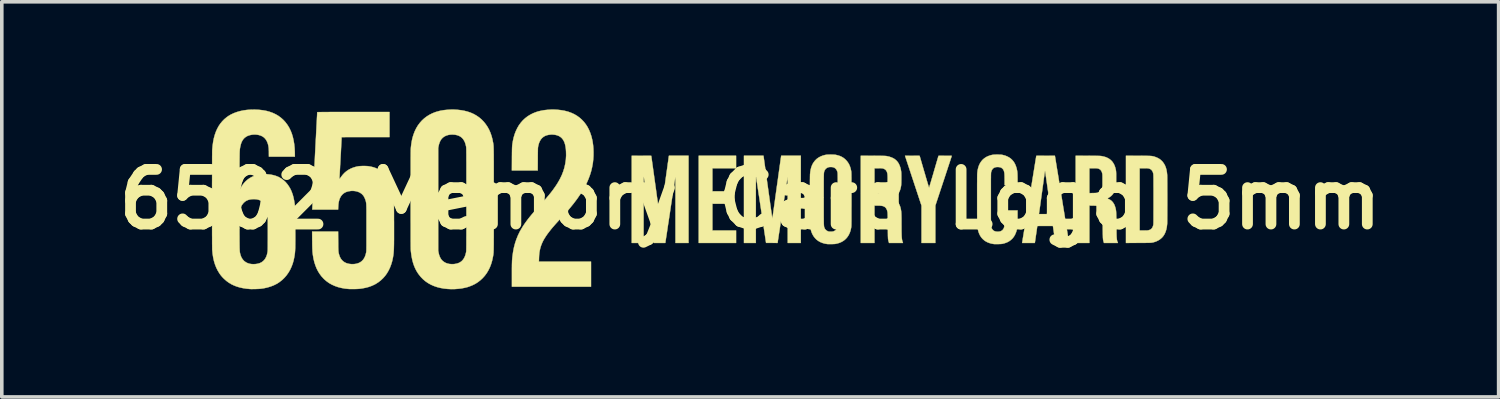
<source format=kicad_pcb>
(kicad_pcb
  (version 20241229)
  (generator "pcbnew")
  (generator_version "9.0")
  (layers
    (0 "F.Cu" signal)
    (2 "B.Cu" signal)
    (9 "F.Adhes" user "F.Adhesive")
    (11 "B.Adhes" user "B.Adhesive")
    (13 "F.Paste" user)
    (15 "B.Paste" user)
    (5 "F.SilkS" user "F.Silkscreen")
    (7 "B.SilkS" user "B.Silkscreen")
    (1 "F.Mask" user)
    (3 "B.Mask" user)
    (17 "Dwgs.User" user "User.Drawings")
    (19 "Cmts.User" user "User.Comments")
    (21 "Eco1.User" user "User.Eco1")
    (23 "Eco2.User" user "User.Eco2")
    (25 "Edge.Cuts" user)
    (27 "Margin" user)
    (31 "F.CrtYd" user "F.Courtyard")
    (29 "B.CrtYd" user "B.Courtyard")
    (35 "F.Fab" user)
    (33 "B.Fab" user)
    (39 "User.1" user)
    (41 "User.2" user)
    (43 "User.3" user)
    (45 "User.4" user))
  (footprint "6502 Memory Card Logo 5mm"
    (layer "F.Cu")
    (at 17.86 2.506)
    (property "Reference" "6502 Memory Card Logo 5mm" (at 0 0 0) (layer "F.SilkS") (effects (font (size 1.524 1.524) (thickness 0.3))))
    (attr through_hole)
    (fp_poly (pts (xy -0.394 -0.868) (xy -1.054 -0.868) (xy -1.054 -0.224) (xy -0.529 -0.224) (xy -0.529 0.123) (xy -1.054 0.123) (xy -1.054 0.868) (xy -0.394 0.868) (xy -0.394 1.215) (xy -1.435 1.215) (xy -1.435 -1.215) (xy -0.394 -1.215) (xy -0.394 -0.868)) (stroke (width 0.01) (type solid)) (fill yes) (layer "F.SilkS"))
    (fp_poly (pts (xy 4.722 -1.213) (xy 4.851 -0.769) (xy 4.869 -0.71) (xy 4.885 -0.653) (xy 4.901 -0.599) (xy 4.916 -0.548) (xy 4.93 -0.501) (xy 4.943 -0.458) (xy 4.954 -0.421) (xy 4.964 -0.389) (xy 4.972 -0.363) (xy 4.978 -0.343) (xy 4.983 -0.33) (xy 4.985 -0.325) (xy 4.985 -0.325) (xy 4.987 -0.329) (xy 4.99 -0.341) (xy 4.996 -0.36) (xy 5.004 -0.385) (xy 5.014 -0.416) (xy 5.025 -0.453) (xy 5.038 -0.495) (xy 5.051 -0.541) (xy 5.066 -0.591) (xy 5.082 -0.645) (xy 5.099 -0.702) (xy 5.116 -0.761) (xy 5.118 -0.769) (xy 5.248 -1.213) (xy 5.433 -1.214) (xy 5.471 -1.214) (xy 5.507 -1.214) (xy 5.54 -1.214) (xy 5.567 -1.214) (xy 5.59 -1.213) (xy 5.606 -1.213) (xy 5.616 -1.212) (xy 5.618 -1.212) (xy 5.616 -1.207) (xy 5.612 -1.195) (xy 5.606 -1.176) (xy 5.598 -1.15) (xy 5.587 -1.118) (xy 5.575 -1.08) (xy 5.56 -1.036) (xy 5.544 -0.987) (xy 5.526 -0.933) (xy 5.507 -0.875) (xy 5.487 -0.813) (xy 5.465 -0.748) (xy 5.443 -0.679) (xy 5.419 -0.608) (xy 5.395 -0.534) (xy 5.389 -0.517) (xy 5.16 0.175) (xy 5.16 1.215) (xy 4.775 1.215) (xy 4.775 0.695) (xy 4.775 0.176) (xy 4.545 -0.52) (xy 4.315 -1.215) (xy 4.722 -1.213)) (stroke (width 0.01) (type solid)) (fill yes) (layer "F.SilkS"))
    (fp_poly (pts (xy 1.41 1.215) (xy 1.046 1.215) (xy 1.045 0.293) (xy 1.045 0.196) (xy 1.045 0.103) (xy 1.045 0.015) (xy 1.045 -0.07) (xy 1.045 -0.149) (xy 1.045 -0.223) (xy 1.044 -0.292) (xy 1.044 -0.355) (xy 1.044 -0.412) (xy 1.044 -0.463) (xy 1.043 -0.507) (xy 1.043 -0.545) (xy 1.043 -0.575) (xy 1.042 -0.598) (xy 1.042 -0.613) (xy 1.041 -0.62) (xy 1.041 -0.62) (xy 1.04 -0.615) (xy 1.038 -0.602) (xy 1.035 -0.582) (xy 1.03 -0.554) (xy 1.025 -0.519) (xy 1.019 -0.478) (xy 1.011 -0.431) (xy 1.003 -0.379) (xy 0.994 -0.321) (xy 0.985 -0.258) (xy 0.975 -0.19) (xy 0.964 -0.119) (xy 0.952 -0.043) (xy 0.94 0.035) (xy 0.928 0.117) (xy 0.915 0.201) (xy 0.902 0.287) (xy 0.902 0.292) (xy 0.889 0.379) (xy 0.876 0.463) (xy 0.864 0.545) (xy 0.852 0.624) (xy 0.841 0.699) (xy 0.83 0.771) (xy 0.82 0.839) (xy 0.81 0.902) (xy 0.801 0.96) (xy 0.793 1.013) (xy 0.786 1.061) (xy 0.78 1.102) (xy 0.774 1.137) (xy 0.77 1.166) (xy 0.767 1.187) (xy 0.765 1.2) (xy 0.764 1.205) (xy 0.764 1.205) (xy 0.762 1.215) (xy 0.602 1.214) (xy 0.442 1.213) (xy 0.304 0.296) (xy 0.291 0.209) (xy 0.278 0.125) (xy 0.266 0.042) (xy 0.254 -0.037) (xy 0.242 -0.113) (xy 0.231 -0.185) (xy 0.221 -0.253) (xy 0.211 -0.317) (xy 0.203 -0.375) (xy 0.195 -0.429) (xy 0.187 -0.476) (xy 0.181 -0.518) (xy 0.176 -0.554) (xy 0.171 -0.582) (xy 0.168 -0.604) (xy 0.166 -0.617) (xy 0.165 -0.623) (xy 0.165 -0.624) (xy 0.162 -0.625) (xy 0.161 -0.624) (xy 0.16 -0.62) (xy 0.16 -0.607) (xy 0.159 -0.585) (xy 0.159 -0.556) (xy 0.159 -0.517) (xy 0.158 -0.471) (xy 0.158 -0.416) (xy 0.158 -0.353) (xy 0.157 -0.281) (xy 0.157 -0.202) (xy 0.157 -0.114) (xy 0.157 -0.018) (xy 0.157 0.086) (xy 0.157 0.199) (xy 0.157 0.297) (xy 0.157 1.215) (xy -0.174 1.215) (xy -0.174 -1.215) (xy 0.098 -1.215) (xy 0.37 -1.215) (xy 0.491 -0.349) (xy 0.503 -0.264) (xy 0.514 -0.182) (xy 0.526 -0.102) (xy 0.536 -0.025) (xy 0.547 0.048) (xy 0.556 0.118) (xy 0.566 0.183) (xy 0.574 0.244) (xy 0.582 0.3) (xy 0.589 0.351) (xy 0.596 0.396) (xy 0.601 0.434) (xy 0.606 0.466) (xy 0.61 0.492) (xy 0.613 0.51) (xy 0.614 0.52) (xy 0.615 0.522) (xy 0.618 0.525) (xy 0.619 0.525) (xy 0.62 0.52) (xy 0.622 0.508) (xy 0.625 0.488) (xy 0.629 0.461) (xy 0.633 0.427) (xy 0.639 0.387) (xy 0.646 0.34) (xy 0.653 0.288) (xy 0.661 0.231) (xy 0.67 0.169) (xy 0.679 0.103) (xy 0.689 0.032) (xy 0.699 -0.042) (xy 0.71 -0.12) (xy 0.721 -0.2) (xy 0.733 -0.283) (xy 0.74 -0.337) (xy 0.752 -0.421) (xy 0.764 -0.503) (xy 0.775 -0.583) (xy 0.785 -0.66) (xy 0.796 -0.733) (xy 0.805 -0.802) (xy 0.815 -0.868) (xy 0.823 -0.929) (xy 0.831 -0.984) (xy 0.838 -1.035) (xy 0.844 -1.08) (xy 0.85 -1.118) (xy 0.854 -1.15) (xy 0.858 -1.176) (xy 0.86 -1.193) (xy 0.862 -1.203) (xy 0.862 -1.205) (xy 0.865 -1.215) (xy 1.41 -1.215) (xy 1.41 1.215)) (stroke (width 0.01) (type solid)) (fill yes) (layer "F.SilkS"))
    (fp_poly (pts (xy 10.817 -1.214) (xy 10.882 -1.214) (xy 10.939 -1.213) (xy 10.989 -1.213) (xy 11.033 -1.213) (xy 11.07 -1.212) (xy 11.103 -1.211) (xy 11.13 -1.211) (xy 11.154 -1.209) (xy 11.174 -1.208) (xy 11.192 -1.206) (xy 11.207 -1.204) (xy 11.221 -1.201) (xy 11.235 -1.198) (xy 11.248 -1.195) (xy 11.261 -1.191) (xy 11.276 -1.186) (xy 11.286 -1.183) (xy 11.346 -1.159) (xy 11.4 -1.13) (xy 11.448 -1.094) (xy 11.49 -1.053) (xy 11.526 -1.005) (xy 11.557 -0.952) (xy 11.582 -0.892) (xy 11.601 -0.826) (xy 11.614 -0.754) (xy 11.62 -0.697) (xy 11.621 -0.685) (xy 11.622 -0.665) (xy 11.622 -0.637) (xy 11.623 -0.601) (xy 11.623 -0.558) (xy 11.623 -0.508) (xy 11.624 -0.451) (xy 11.624 -0.388) (xy 11.624 -0.319) (xy 11.624 -0.244) (xy 11.625 -0.164) (xy 11.625 -0.078) (xy 11.625 -0.000001) (xy 11.625 0.09) (xy 11.625 0.175) (xy 11.624 0.255) (xy 11.624 0.329) (xy 11.624 0.397) (xy 11.624 0.459) (xy 11.623 0.515) (xy 11.623 0.564) (xy 11.623 0.606) (xy 11.622 0.641) (xy 11.622 0.668) (xy 11.621 0.687) (xy 11.62 0.697) (xy 11.611 0.774) (xy 11.596 0.844) (xy 11.576 0.908) (xy 11.549 0.967) (xy 11.517 1.019) (xy 11.479 1.065) (xy 11.435 1.104) (xy 11.385 1.138) (xy 11.33 1.166) (xy 11.286 1.183) (xy 11.27 1.188) (xy 11.256 1.192) (xy 11.242 1.196) (xy 11.229 1.2) (xy 11.216 1.202) (xy 11.201 1.205) (xy 11.185 1.207) (xy 11.166 1.209) (xy 11.145 1.21) (xy 11.119 1.211) (xy 11.09 1.212) (xy 11.056 1.212) (xy 11.016 1.213) (xy 10.97 1.213) (xy 10.917 1.214) (xy 10.856 1.214) (xy 10.817 1.214) (xy 10.473 1.215) (xy 10.473 -0.868) (xy 10.854 -0.868) (xy 10.854 0.868) (xy 10.967 0.868) (xy 11.004 0.868) (xy 11.033 0.867) (xy 11.057 0.867) (xy 11.075 0.866) (xy 11.089 0.864) (xy 11.1 0.862) (xy 11.105 0.861) (xy 11.141 0.849) (xy 11.17 0.832) (xy 11.193 0.81) (xy 11.212 0.781) (xy 11.226 0.746) (xy 11.234 0.717) (xy 11.235 0.713) (xy 11.236 0.707) (xy 11.237 0.701) (xy 11.238 0.693) (xy 11.238 0.683) (xy 11.239 0.671) (xy 11.239 0.657) (xy 11.24 0.639) (xy 11.24 0.618) (xy 11.24 0.593) (xy 11.241 0.564) (xy 11.241 0.53) (xy 11.241 0.491) (xy 11.241 0.446) (xy 11.241 0.396) (xy 11.241 0.34) (xy 11.242 0.277) (xy 11.242 0.206) (xy 11.242 0.129) (xy 11.242 0.043) (xy 11.242 0) (xy 11.242 -0.089) (xy 11.242 -0.171) (xy 11.242 -0.244) (xy 11.242 -0.311) (xy 11.241 -0.371) (xy 11.241 -0.424) (xy 11.241 -0.471) (xy 11.241 -0.512) (xy 11.241 -0.548) (xy 11.241 -0.58) (xy 11.24 -0.607) (xy 11.24 -0.629) (xy 11.239 -0.649) (xy 11.239 -0.665) (xy 11.238 -0.678) (xy 11.238 -0.688) (xy 11.237 -0.697) (xy 11.236 -0.704) (xy 11.236 -0.71) (xy 11.235 -0.715) (xy 11.234 -0.717) (xy 11.223 -0.757) (xy 11.207 -0.79) (xy 11.187 -0.817) (xy 11.162 -0.838) (xy 11.131 -0.853) (xy 11.105 -0.861) (xy 11.095 -0.863) (xy 11.082 -0.865) (xy 11.066 -0.866) (xy 11.046 -0.867) (xy 11.019 -0.868) (xy 10.986 -0.868) (xy 10.967 -0.868) (xy 10.854 -0.868) (xy 10.473 -0.868) (xy 10.473 -1.215) (xy 10.817 -1.214)) (stroke (width 0.01) (type solid)) (fill yes) (layer "F.SilkS"))
    (fp_poly (pts (xy -3.03 -1.214) (xy -2.758 -1.213) (xy -2.637 -0.346) (xy -2.625 -0.261) (xy -2.614 -0.179) (xy -2.603 -0.099) (xy -2.592 -0.022) (xy -2.581 0.051) (xy -2.572 0.121) (xy -2.562 0.186) (xy -2.554 0.247) (xy -2.546 0.303) (xy -2.539 0.353) (xy -2.532 0.398) (xy -2.527 0.436) (xy -2.522 0.468) (xy -2.518 0.493) (xy -2.515 0.511) (xy -2.514 0.521) (xy -2.513 0.523) (xy -2.51 0.523) (xy -2.509 0.52) (xy -2.508 0.516) (xy -2.506 0.503) (xy -2.503 0.483) (xy -2.499 0.455) (xy -2.494 0.421) (xy -2.488 0.38) (xy -2.482 0.333) (xy -2.475 0.281) (xy -2.466 0.224) (xy -2.458 0.161) (xy -2.448 0.094) (xy -2.439 0.024) (xy -2.428 -0.051) (xy -2.417 -0.128) (xy -2.406 -0.209) (xy -2.395 -0.292) (xy -2.388 -0.341) (xy -2.376 -0.425) (xy -2.365 -0.507) (xy -2.354 -0.586) (xy -2.343 -0.663) (xy -2.333 -0.736) (xy -2.323 -0.805) (xy -2.314 -0.87) (xy -2.305 -0.931) (xy -2.298 -0.987) (xy -2.291 -1.037) (xy -2.284 -1.081) (xy -2.279 -1.12) (xy -2.275 -1.152) (xy -2.271 -1.176) (xy -2.269 -1.194) (xy -2.267 -1.204) (xy -2.267 -1.205) (xy -2.265 -1.215) (xy -1.719 -1.215) (xy -1.719 1.215) (xy -2.083 1.215) (xy -2.083 0.293) (xy -2.083 0.206) (xy -2.083 0.12) (xy -2.083 0.038) (xy -2.083 -0.042) (xy -2.083 -0.118) (xy -2.083 -0.19) (xy -2.083 -0.258) (xy -2.084 -0.322) (xy -2.084 -0.381) (xy -2.084 -0.434) (xy -2.084 -0.481) (xy -2.085 -0.523) (xy -2.085 -0.557) (xy -2.085 -0.585) (xy -2.086 -0.606) (xy -2.086 -0.619) (xy -2.086 -0.624) (xy -2.086 -0.624) (xy -2.087 -0.62) (xy -2.089 -0.607) (xy -2.093 -0.587) (xy -2.097 -0.56) (xy -2.102 -0.526) (xy -2.109 -0.485) (xy -2.116 -0.438) (xy -2.124 -0.386) (xy -2.133 -0.328) (xy -2.143 -0.265) (xy -2.153 -0.198) (xy -2.164 -0.127) (xy -2.175 -0.052) (xy -2.187 0.027) (xy -2.199 0.108) (xy -2.212 0.192) (xy -2.225 0.279) (xy -2.226 0.288) (xy -2.239 0.375) (xy -2.252 0.459) (xy -2.264 0.541) (xy -2.276 0.62) (xy -2.288 0.696) (xy -2.299 0.768) (xy -2.309 0.836) (xy -2.318 0.899) (xy -2.327 0.958) (xy -2.335 1.011) (xy -2.343 1.059) (xy -2.349 1.101) (xy -2.354 1.136) (xy -2.359 1.164) (xy -2.362 1.186) (xy -2.364 1.2) (xy -2.365 1.205) (xy -2.365 1.205) (xy -2.367 1.215) (xy -2.527 1.215) (xy -2.686 1.215) (xy -2.821 0.319) (xy -2.837 0.214) (xy -2.851 0.117) (xy -2.865 0.027) (xy -2.877 -0.055) (xy -2.888 -0.129) (xy -2.899 -0.197) (xy -2.908 -0.259) (xy -2.916 -0.314) (xy -2.924 -0.364) (xy -2.931 -0.408) (xy -2.936 -0.447) (xy -2.942 -0.481) (xy -2.946 -0.51) (xy -2.95 -0.536) (xy -2.953 -0.557) (xy -2.956 -0.575) (xy -2.959 -0.589) (xy -2.961 -0.601) (xy -2.962 -0.61) (xy -2.963 -0.617) (xy -2.964 -0.622) (xy -2.965 -0.625) (xy -2.966 -0.627) (xy -2.966 -0.627) (xy -2.967 -0.627) (xy -2.967 -0.627) (xy -2.968 -0.627) (xy -2.968 -0.627) (xy -2.968 -0.622) (xy -2.969 -0.61) (xy -2.969 -0.59) (xy -2.97 -0.562) (xy -2.97 -0.527) (xy -2.97 -0.485) (xy -2.97 -0.437) (xy -2.971 -0.382) (xy -2.971 -0.321) (xy -2.971 -0.254) (xy -2.971 -0.182) (xy -2.971 -0.105) (xy -2.972 -0.023) (xy -2.972 0.063) (xy -2.972 0.153) (xy -2.972 0.248) (xy -2.972 0.294) (xy -2.972 1.215) (xy -3.302 1.215) (xy -3.302 -1.215) (xy -3.03 -1.214)) (stroke (width 0.01) (type solid)) (fill yes) (layer "F.SilkS"))
    (fp_poly (pts (xy 3.426 -1.214) (xy 3.488 -1.213) (xy 3.542 -1.213) (xy 3.59 -1.213) (xy 3.63 -1.213) (xy 3.665 -1.212) (xy 3.694 -1.212) (xy 3.718 -1.211) (xy 3.738 -1.211) (xy 3.755 -1.21) (xy 3.769 -1.209) (xy 3.78 -1.208) (xy 3.79 -1.207) (xy 3.799 -1.206) (xy 3.807 -1.205) (xy 3.814 -1.203) (xy 3.873 -1.19) (xy 3.924 -1.173) (xy 3.97 -1.154) (xy 4.012 -1.131) (xy 4.025 -1.123) (xy 4.067 -1.089) (xy 4.104 -1.049) (xy 4.136 -1.002) (xy 4.162 -0.949) (xy 4.183 -0.89) (xy 4.199 -0.825) (xy 4.208 -0.768) (xy 4.209 -0.749) (xy 4.211 -0.724) (xy 4.211 -0.692) (xy 4.212 -0.657) (xy 4.212 -0.619) (xy 4.212 -0.58) (xy 4.212 -0.54) (xy 4.211 -0.502) (xy 4.211 -0.466) (xy 4.209 -0.434) (xy 4.208 -0.408) (xy 4.206 -0.388) (xy 4.206 -0.382) (xy 4.193 -0.316) (xy 4.176 -0.257) (xy 4.154 -0.205) (xy 4.127 -0.158) (xy 4.094 -0.118) (xy 4.076 -0.099) (xy 4.061 -0.087) (xy 4.044 -0.073) (xy 4.025 -0.061) (xy 4.008 -0.049) (xy 3.993 -0.04) (xy 3.981 -0.035) (xy 3.977 -0.034) (xy 3.97 -0.031) (xy 3.967 -0.028) (xy 3.966 -0.024) (xy 3.969 -0.021) (xy 3.978 -0.016) (xy 3.992 -0.01) (xy 4.037 0.011) (xy 4.076 0.038) (xy 4.111 0.073) (xy 4.14 0.114) (xy 4.164 0.161) (xy 4.184 0.216) (xy 4.193 0.254) (xy 4.198 0.275) (xy 4.202 0.294) (xy 4.205 0.315) (xy 4.208 0.336) (xy 4.21 0.359) (xy 4.212 0.384) (xy 4.213 0.412) (xy 4.214 0.445) (xy 4.215 0.482) (xy 4.216 0.525) (xy 4.216 0.574) (xy 4.216 0.631) (xy 4.216 0.685) (xy 4.217 0.756) (xy 4.217 0.82) (xy 4.217 0.876) (xy 4.218 0.925) (xy 4.219 0.969) (xy 4.22 1.007) (xy 4.222 1.04) (xy 4.224 1.069) (xy 4.227 1.094) (xy 4.23 1.116) (xy 4.233 1.135) (xy 4.237 1.153) (xy 4.242 1.169) (xy 4.247 1.184) (xy 4.248 1.188) (xy 4.258 1.215) (xy 3.87 1.215) (xy 3.861 1.186) (xy 3.857 1.173) (xy 3.854 1.161) (xy 3.851 1.149) (xy 3.848 1.137) (xy 3.846 1.125) (xy 3.844 1.111) (xy 3.842 1.095) (xy 3.841 1.077) (xy 3.84 1.055) (xy 3.839 1.03) (xy 3.838 1) (xy 3.838 0.965) (xy 3.837 0.925) (xy 3.837 0.878) (xy 3.836 0.824) (xy 3.836 0.763) (xy 3.835 0.732) (xy 3.835 0.669) (xy 3.834 0.614) (xy 3.834 0.566) (xy 3.833 0.524) (xy 3.833 0.489) (xy 3.832 0.459) (xy 3.832 0.434) (xy 3.831 0.414) (xy 3.83 0.397) (xy 3.83 0.383) (xy 3.829 0.372) (xy 3.828 0.362) (xy 3.827 0.354) (xy 3.825 0.347) (xy 3.824 0.341) (xy 3.814 0.304) (xy 3.802 0.274) (xy 3.787 0.249) (xy 3.774 0.233) (xy 3.756 0.216) (xy 3.735 0.203) (xy 3.712 0.192) (xy 3.684 0.184) (xy 3.651 0.179) (xy 3.611 0.175) (xy 3.565 0.174) (xy 3.545 0.174) (xy 3.463 0.174) (xy 3.463 1.215) (xy 3.082 1.215) (xy 3.082 -0.868) (xy 3.463 -0.868) (xy 3.463 -0.173) (xy 3.563 -0.175) (xy 3.603 -0.176) (xy 3.634 -0.177) (xy 3.658 -0.179) (xy 3.676 -0.181) (xy 3.686 -0.183) (xy 3.724 -0.198) (xy 3.756 -0.217) (xy 3.782 -0.242) (xy 3.801 -0.271) (xy 3.801 -0.272) (xy 3.808 -0.286) (xy 3.813 -0.299) (xy 3.818 -0.311) (xy 3.821 -0.324) (xy 3.824 -0.339) (xy 3.826 -0.356) (xy 3.827 -0.378) (xy 3.828 -0.404) (xy 3.829 -0.436) (xy 3.83 -0.474) (xy 3.83 -0.506) (xy 3.831 -0.556) (xy 3.831 -0.599) (xy 3.83 -0.636) (xy 3.829 -0.666) (xy 3.827 -0.692) (xy 3.824 -0.714) (xy 3.82 -0.733) (xy 3.815 -0.75) (xy 3.809 -0.766) (xy 3.802 -0.782) (xy 3.801 -0.784) (xy 3.783 -0.811) (xy 3.758 -0.834) (xy 3.728 -0.851) (xy 3.695 -0.862) (xy 3.689 -0.863) (xy 3.678 -0.865) (xy 3.66 -0.866) (xy 3.636 -0.867) (xy 3.609 -0.867) (xy 3.579 -0.868) (xy 3.564 -0.868) (xy 3.463 -0.868) (xy 3.082 -0.868) (xy 3.082 -1.215) (xy 3.426 -1.214)) (stroke (width 0.01) (type solid)) (fill yes) (layer "F.SilkS"))
    (fp_poly (pts (xy -5.364 -2.496) (xy -5.271 -2.485) (xy -5.181 -2.47) (xy -5.164 -2.466) (xy -5.072 -2.442) (xy -4.985 -2.41) (xy -4.904 -2.373) (xy -4.829 -2.329) (xy -4.758 -2.278) (xy -4.694 -2.221) (xy -4.634 -2.158) (xy -4.581 -2.089) (xy -4.533 -2.014) (xy -4.492 -1.933) (xy -4.456 -1.846) (xy -4.426 -1.754) (xy -4.402 -1.655) (xy -4.392 -1.603) (xy -4.379 -1.51) (xy -4.371 -1.413) (xy -4.368 -1.313) (xy -4.369 -1.213) (xy -4.375 -1.115) (xy -4.385 -1.02) (xy -4.39 -0.989) (xy -4.41 -0.882) (xy -4.436 -0.776) (xy -4.469 -0.671) (xy -4.508 -0.567) (xy -4.553 -0.463) (xy -4.606 -0.359) (xy -4.666 -0.253) (xy -4.733 -0.146) (xy -4.808 -0.037) (xy -4.835 0.001) (xy -4.879 0.059) (xy -4.923 0.117) (xy -4.969 0.174) (xy -5.017 0.233) (xy -5.068 0.294) (xy -5.124 0.357) (xy -5.184 0.424) (xy -5.249 0.496) (xy -5.283 0.533) (xy -5.331 0.585) (xy -5.373 0.631) (xy -5.411 0.673) (xy -5.445 0.711) (xy -5.475 0.746) (xy -5.504 0.778) (xy -5.53 0.81) (xy -5.555 0.84) (xy -5.579 0.871) (xy -5.599 0.896) (xy -5.653 0.967) (xy -5.7 1.036) (xy -5.741 1.101) (xy -5.776 1.165) (xy -5.805 1.228) (xy -5.83 1.291) (xy -5.85 1.355) (xy -5.865 1.421) (xy -5.867 1.429) (xy -5.872 1.458) (xy -5.877 1.488) (xy -5.88 1.519) (xy -5.883 1.553) (xy -5.885 1.591) (xy -5.887 1.637) (xy -5.887 1.644) (xy -5.89 1.736) (xy -4.437 1.736) (xy -4.437 2.434) (xy -6.642 2.434) (xy -6.642 2.105) (xy -6.642 2.037) (xy -6.642 1.976) (xy -6.642 1.923) (xy -6.641 1.875) (xy -6.641 1.833) (xy -6.64 1.796) (xy -6.639 1.763) (xy -6.638 1.733) (xy -6.637 1.705) (xy -6.635 1.68) (xy -6.633 1.655) (xy -6.631 1.63) (xy -6.628 1.605) (xy -6.627 1.594) (xy -6.609 1.465) (xy -6.585 1.341) (xy -6.554 1.223) (xy -6.516 1.11) (xy -6.472 1.002) (xy -6.422 0.899) (xy -6.411 0.88) (xy -6.373 0.814) (xy -6.333 0.749) (xy -6.29 0.684) (xy -6.243 0.618) (xy -6.193 0.551) (xy -6.138 0.482) (xy -6.079 0.41) (xy -6.014 0.335) (xy -5.944 0.256) (xy -5.893 0.201) (xy -5.814 0.115) (xy -5.742 0.035) (xy -5.676 -0.042) (xy -5.615 -0.114) (xy -5.559 -0.183) (xy -5.508 -0.249) (xy -5.462 -0.313) (xy -5.419 -0.374) (xy -5.38 -0.434) (xy -5.345 -0.493) (xy -5.312 -0.551) (xy -5.298 -0.578) (xy -5.249 -0.68) (xy -5.209 -0.784) (xy -5.177 -0.889) (xy -5.154 -0.996) (xy -5.138 -1.104) (xy -5.131 -1.214) (xy -5.131 -1.251) (xy -5.133 -1.333) (xy -5.138 -1.407) (xy -5.148 -1.474) (xy -5.161 -1.534) (xy -5.178 -1.588) (xy -5.2 -1.635) (xy -5.226 -1.676) (xy -5.256 -1.711) (xy -5.291 -1.74) (xy -5.33 -1.764) (xy -5.359 -1.777) (xy -5.407 -1.792) (xy -5.458 -1.802) (xy -5.512 -1.806) (xy -5.566 -1.805) (xy -5.618 -1.798) (xy -5.668 -1.787) (xy -5.714 -1.77) (xy -5.728 -1.763) (xy -5.769 -1.737) (xy -5.806 -1.705) (xy -5.837 -1.667) (xy -5.863 -1.623) (xy -5.885 -1.573) (xy -5.902 -1.515) (xy -5.911 -1.475) (xy -5.912 -1.466) (xy -5.914 -1.457) (xy -5.915 -1.447) (xy -5.916 -1.436) (xy -5.917 -1.424) (xy -5.918 -1.408) (xy -5.918 -1.39) (xy -5.919 -1.367) (xy -5.919 -1.34) (xy -5.92 -1.308) (xy -5.92 -1.27) (xy -5.921 -1.225) (xy -5.921 -1.173) (xy -5.921 -1.117) (xy -5.923 -0.804) (xy -6.643 -0.804) (xy -6.641 -1.131) (xy -6.641 -1.195) (xy -6.64 -1.25) (xy -6.64 -1.299) (xy -6.639 -1.341) (xy -6.639 -1.378) (xy -6.638 -1.41) (xy -6.637 -1.439) (xy -6.636 -1.463) (xy -6.634 -1.486) (xy -6.633 -1.506) (xy -6.63 -1.526) (xy -6.628 -1.545) (xy -6.625 -1.564) (xy -6.621 -1.585) (xy -6.617 -1.608) (xy -6.615 -1.623) (xy -6.593 -1.723) (xy -6.565 -1.817) (xy -6.531 -1.905) (xy -6.491 -1.988) (xy -6.446 -2.065) (xy -6.394 -2.136) (xy -6.337 -2.201) (xy -6.274 -2.26) (xy -6.205 -2.313) (xy -6.131 -2.359) (xy -6.052 -2.399) (xy -5.967 -2.432) (xy -5.915 -2.449) (xy -5.831 -2.469) (xy -5.743 -2.485) (xy -5.65 -2.495) (xy -5.555 -2.501) (xy -5.459 -2.501) (xy -5.364 -2.496)) (stroke (width 0.01) (type solid)) (fill yes) (layer "F.SilkS"))
    (fp_poly (pts (xy 8.494 -1.203) (xy 8.495 -1.198) (xy 8.497 -1.184) (xy 8.501 -1.163) (xy 8.505 -1.135) (xy 8.511 -1.1) (xy 8.518 -1.059) (xy 8.525 -1.012) (xy 8.534 -0.96) (xy 8.543 -0.902) (xy 8.553 -0.84) (xy 8.564 -0.774) (xy 8.576 -0.703) (xy 8.588 -0.63) (xy 8.6 -0.553) (xy 8.613 -0.473) (xy 8.626 -0.391) (xy 8.64 -0.308) (xy 8.654 -0.223) (xy 8.668 -0.136) (xy 8.682 -0.05) (xy 8.696 0.037) (xy 8.71 0.124) (xy 8.724 0.211) (xy 8.738 0.296) (xy 8.752 0.38) (xy 8.765 0.462) (xy 8.778 0.542) (xy 8.791 0.62) (xy 8.803 0.694) (xy 8.814 0.765) (xy 8.825 0.833) (xy 8.835 0.896) (xy 8.845 0.954) (xy 8.853 1.008) (xy 8.861 1.056) (xy 8.868 1.098) (xy 8.874 1.134) (xy 8.879 1.164) (xy 8.882 1.186) (xy 8.885 1.201) (xy 8.886 1.209) (xy 8.886 1.209) (xy 8.885 1.211) (xy 8.881 1.212) (xy 8.873 1.213) (xy 8.862 1.213) (xy 8.845 1.214) (xy 8.823 1.214) (xy 8.795 1.215) (xy 8.76 1.215) (xy 8.718 1.215) (xy 8.695 1.215) (xy 8.653 1.215) (xy 8.614 1.215) (xy 8.58 1.214) (xy 8.552 1.214) (xy 8.529 1.213) (xy 8.514 1.212) (xy 8.506 1.212) (xy 8.505 1.211) (xy 8.504 1.206) (xy 8.503 1.194) (xy 8.5 1.175) (xy 8.496 1.15) (xy 8.492 1.121) (xy 8.488 1.088) (xy 8.483 1.053) (xy 8.477 1.015) (xy 8.472 0.977) (xy 8.466 0.939) (xy 8.461 0.902) (xy 8.456 0.867) (xy 8.451 0.835) (xy 8.447 0.807) (xy 8.444 0.784) (xy 8.441 0.766) (xy 8.439 0.755) (xy 8.439 0.752) (xy 8.436 0.741) (xy 8.219 0.741) (xy 8.164 0.741) (xy 8.118 0.741) (xy 8.08 0.741) (xy 8.05 0.742) (xy 8.027 0.743) (xy 8.011 0.743) (xy 8.003 0.744) (xy 8.001 0.745) (xy 8 0.75) (xy 7.999 0.763) (xy 7.996 0.782) (xy 7.993 0.806) (xy 7.988 0.835) (xy 7.984 0.868) (xy 7.979 0.903) (xy 7.973 0.94) (xy 7.968 0.978) (xy 7.962 1.016) (xy 7.957 1.053) (xy 7.952 1.088) (xy 7.947 1.12) (xy 7.943 1.148) (xy 7.94 1.171) (xy 7.937 1.188) (xy 7.935 1.199) (xy 7.935 1.201) (xy 7.932 1.215) (xy 7.579 1.215) (xy 7.585 1.178) (xy 7.586 1.171) (xy 7.589 1.155) (xy 7.593 1.132) (xy 7.597 1.102) (xy 7.603 1.065) (xy 7.611 1.021) (xy 7.619 0.971) (xy 7.628 0.915) (xy 7.638 0.853) (xy 7.649 0.787) (xy 7.66 0.715) (xy 7.673 0.639) (xy 7.686 0.558) (xy 7.7 0.474) (xy 7.71 0.411) (xy 8.047 0.411) (xy 8.219 0.411) (xy 8.256 0.411) (xy 8.29 0.41) (xy 8.321 0.41) (xy 8.347 0.409) (xy 8.368 0.409) (xy 8.383 0.408) (xy 8.39 0.408) (xy 8.39 0.407) (xy 8.39 0.402) (xy 8.388 0.389) (xy 8.385 0.369) (xy 8.382 0.342) (xy 8.377 0.309) (xy 8.372 0.271) (xy 8.366 0.228) (xy 8.359 0.181) (xy 8.352 0.129) (xy 8.344 0.075) (xy 8.336 0.018) (xy 8.328 -0.041) (xy 8.319 -0.101) (xy 8.31 -0.162) (xy 8.302 -0.223) (xy 8.293 -0.284) (xy 8.284 -0.345) (xy 8.276 -0.403) (xy 8.268 -0.46) (xy 8.26 -0.514) (xy 8.253 -0.565) (xy 8.246 -0.613) (xy 8.239 -0.656) (xy 8.234 -0.694) (xy 8.229 -0.726) (xy 8.225 -0.753) (xy 8.222 -0.773) (xy 8.22 -0.786) (xy 8.219 -0.791) (xy 8.219 -0.791) (xy 8.215 -0.791) (xy 8.215 -0.791) (xy 8.215 -0.787) (xy 8.213 -0.775) (xy 8.21 -0.755) (xy 8.206 -0.728) (xy 8.201 -0.695) (xy 8.196 -0.656) (xy 8.189 -0.612) (xy 8.182 -0.562) (xy 8.175 -0.508) (xy 8.167 -0.449) (xy 8.158 -0.387) (xy 8.149 -0.322) (xy 8.14 -0.254) (xy 8.133 -0.203) (xy 8.123 -0.134) (xy 8.114 -0.066) (xy 8.105 -0.001) (xy 8.096 0.061) (xy 8.088 0.119) (xy 8.081 0.173) (xy 8.074 0.222) (xy 8.067 0.266) (xy 8.062 0.305) (xy 8.058 0.337) (xy 8.054 0.363) (xy 8.051 0.382) (xy 8.05 0.394) (xy 8.049 0.397) (xy 8.047 0.411) (xy 7.71 0.411) (xy 7.714 0.386) (xy 7.729 0.295) (xy 7.744 0.201) (xy 7.76 0.105) (xy 7.776 0.007) (xy 7.783 -0.036) (xy 7.974 -1.213) (xy 8.233 -1.214) (xy 8.491 -1.215) (xy 8.494 -1.203)) (stroke (width 0.01) (type solid)) (fill yes) (layer "F.SilkS"))
    (fp_poly (pts (xy 9.416 -1.214) (xy 9.478 -1.213) (xy 9.533 -1.213) (xy 9.58 -1.213) (xy 9.62 -1.213) (xy 9.655 -1.212) (xy 9.684 -1.212) (xy 9.708 -1.211) (xy 9.728 -1.211) (xy 9.745 -1.21) (xy 9.759 -1.209) (xy 9.77 -1.208) (xy 9.78 -1.207) (xy 9.789 -1.206) (xy 9.797 -1.205) (xy 9.804 -1.203) (xy 9.845 -1.194) (xy 9.88 -1.185) (xy 9.91 -1.176) (xy 9.938 -1.164) (xy 9.966 -1.151) (xy 10.014 -1.123) (xy 10.056 -1.089) (xy 10.093 -1.05) (xy 10.124 -1.004) (xy 10.151 -0.953) (xy 10.172 -0.895) (xy 10.189 -0.83) (xy 10.192 -0.811) (xy 10.194 -0.799) (xy 10.196 -0.788) (xy 10.197 -0.775) (xy 10.198 -0.76) (xy 10.199 -0.741) (xy 10.2 -0.719) (xy 10.2 -0.692) (xy 10.2 -0.658) (xy 10.2 -0.618) (xy 10.2 -0.584) (xy 10.2 -0.533) (xy 10.2 -0.49) (xy 10.199 -0.454) (xy 10.199 -0.425) (xy 10.198 -0.402) (xy 10.197 -0.384) (xy 10.195 -0.371) (xy 10.195 -0.368) (xy 10.182 -0.309) (xy 10.164 -0.253) (xy 10.143 -0.204) (xy 10.118 -0.16) (xy 10.112 -0.151) (xy 10.087 -0.121) (xy 10.058 -0.092) (xy 10.025 -0.067) (xy 9.993 -0.046) (xy 9.976 -0.038) (xy 9.964 -0.032) (xy 9.957 -0.027) (xy 9.955 -0.026) (xy 9.957 -0.022) (xy 9.966 -0.018) (xy 9.979 -0.012) (xy 9.982 -0.011) (xy 10.026 0.01) (xy 10.065 0.037) (xy 10.099 0.071) (xy 10.128 0.111) (xy 10.153 0.157) (xy 10.172 0.211) (xy 10.179 0.234) (xy 10.183 0.25) (xy 10.187 0.265) (xy 10.19 0.28) (xy 10.192 0.295) (xy 10.195 0.311) (xy 10.197 0.329) (xy 10.199 0.349) (xy 10.2 0.371) (xy 10.201 0.397) (xy 10.202 0.428) (xy 10.203 0.463) (xy 10.204 0.503) (xy 10.205 0.549) (xy 10.205 0.602) (xy 10.206 0.663) (xy 10.207 0.715) (xy 10.207 0.783) (xy 10.208 0.842) (xy 10.209 0.895) (xy 10.209 0.94) (xy 10.21 0.98) (xy 10.211 1.014) (xy 10.212 1.043) (xy 10.214 1.068) (xy 10.216 1.09) (xy 10.218 1.108) (xy 10.22 1.124) (xy 10.223 1.138) (xy 10.226 1.151) (xy 10.229 1.163) (xy 10.233 1.175) (xy 10.238 1.187) (xy 10.249 1.215) (xy 9.86 1.215) (xy 9.851 1.184) (xy 9.847 1.172) (xy 9.844 1.16) (xy 9.841 1.149) (xy 9.838 1.138) (xy 9.836 1.125) (xy 9.834 1.112) (xy 9.833 1.096) (xy 9.832 1.078) (xy 9.83 1.056) (xy 9.83 1.03) (xy 9.829 1) (xy 9.828 0.964) (xy 9.828 0.923) (xy 9.827 0.876) (xy 9.826 0.821) (xy 9.826 0.759) (xy 9.826 0.734) (xy 9.825 0.669) (xy 9.824 0.612) (xy 9.824 0.562) (xy 9.823 0.519) (xy 9.823 0.482) (xy 9.822 0.45) (xy 9.821 0.423) (xy 9.82 0.4) (xy 9.819 0.381) (xy 9.818 0.365) (xy 9.816 0.352) (xy 9.814 0.34) (xy 9.812 0.33) (xy 9.809 0.32) (xy 9.806 0.311) (xy 9.803 0.301) (xy 9.802 0.298) (xy 9.787 0.264) (xy 9.767 0.236) (xy 9.741 0.213) (xy 9.709 0.196) (xy 9.675 0.184) (xy 9.664 0.181) (xy 9.649 0.179) (xy 9.63 0.177) (xy 9.605 0.176) (xy 9.574 0.175) (xy 9.551 0.175) (xy 9.453 0.173) (xy 9.453 1.215) (xy 9.072 1.215) (xy 9.072 -0.868) (xy 9.453 -0.868) (xy 9.453 -0.173) (xy 9.554 -0.175) (xy 9.593 -0.176) (xy 9.624 -0.177) (xy 9.648 -0.179) (xy 9.666 -0.181) (xy 9.676 -0.183) (xy 9.714 -0.197) (xy 9.745 -0.216) (xy 9.77 -0.241) (xy 9.791 -0.272) (xy 9.806 -0.309) (xy 9.809 -0.32) (xy 9.812 -0.328) (xy 9.814 -0.337) (xy 9.815 -0.345) (xy 9.817 -0.355) (xy 9.818 -0.368) (xy 9.818 -0.383) (xy 9.819 -0.403) (xy 9.819 -0.428) (xy 9.819 -0.459) (xy 9.819 -0.497) (xy 9.819 -0.523) (xy 9.819 -0.567) (xy 9.819 -0.603) (xy 9.819 -0.633) (xy 9.818 -0.657) (xy 9.818 -0.676) (xy 9.817 -0.691) (xy 9.815 -0.703) (xy 9.814 -0.713) (xy 9.812 -0.723) (xy 9.812 -0.723) (xy 9.8 -0.763) (xy 9.783 -0.796) (xy 9.763 -0.822) (xy 9.738 -0.841) (xy 9.724 -0.848) (xy 9.711 -0.854) (xy 9.697 -0.859) (xy 9.682 -0.862) (xy 9.665 -0.865) (xy 9.644 -0.866) (xy 9.618 -0.867) (xy 9.587 -0.868) (xy 9.554 -0.868) (xy 9.453 -0.868) (xy 9.072 -0.868) (xy 9.072 -1.215) (xy 9.416 -1.214)) (stroke (width 0.01) (type solid)) (fill yes) (layer "F.SilkS"))
    (fp_poly (pts (xy 6.939 -1.246) (xy 6.973 -1.245) (xy 7.002 -1.243) (xy 7.025 -1.24) (xy 7.029 -1.239) (xy 7.097 -1.222) (xy 7.158 -1.198) (xy 7.214 -1.169) (xy 7.264 -1.134) (xy 7.308 -1.092) (xy 7.346 -1.045) (xy 7.378 -0.991) (xy 7.404 -0.931) (xy 7.425 -0.865) (xy 7.435 -0.819) (xy 7.44 -0.795) (xy 7.443 -0.769) (xy 7.446 -0.74) (xy 7.448 -0.707) (xy 7.449 -0.669) (xy 7.45 -0.625) (xy 7.451 -0.575) (xy 7.451 -0.543) (xy 7.451 -0.398) (xy 7.091 -0.398) (xy 7.091 -0.534) (xy 7.091 -0.57) (xy 7.09 -0.605) (xy 7.09 -0.638) (xy 7.089 -0.667) (xy 7.088 -0.691) (xy 7.087 -0.709) (xy 7.087 -0.714) (xy 7.08 -0.759) (xy 7.069 -0.798) (xy 7.053 -0.83) (xy 7.032 -0.856) (xy 7.017 -0.868) (xy 6.997 -0.882) (xy 6.975 -0.891) (xy 6.949 -0.897) (xy 6.918 -0.9) (xy 6.909 -0.901) (xy 6.865 -0.9) (xy 6.828 -0.893) (xy 6.796 -0.88) (xy 6.769 -0.861) (xy 6.747 -0.835) (xy 6.729 -0.802) (xy 6.716 -0.762) (xy 6.715 -0.758) (xy 6.714 -0.754) (xy 6.713 -0.749) (xy 6.712 -0.743) (xy 6.712 -0.736) (xy 6.711 -0.726) (xy 6.711 -0.714) (xy 6.71 -0.699) (xy 6.71 -0.682) (xy 6.709 -0.66) (xy 6.709 -0.635) (xy 6.709 -0.605) (xy 6.708 -0.571) (xy 6.708 -0.532) (xy 6.708 -0.487) (xy 6.708 -0.436) (xy 6.708 -0.38) (xy 6.708 -0.316) (xy 6.708 -0.246) (xy 6.708 -0.168) (xy 6.708 -0.082) (xy 6.708 -0.004) (xy 6.708 0.09) (xy 6.708 0.176) (xy 6.708 0.254) (xy 6.708 0.325) (xy 6.708 0.389) (xy 6.708 0.446) (xy 6.708 0.497) (xy 6.708 0.543) (xy 6.709 0.583) (xy 6.709 0.618) (xy 6.71 0.649) (xy 6.71 0.676) (xy 6.711 0.698) (xy 6.712 0.717) (xy 6.713 0.733) (xy 6.714 0.747) (xy 6.716 0.758) (xy 6.717 0.768) (xy 6.719 0.776) (xy 6.721 0.782) (xy 6.723 0.788) (xy 6.725 0.794) (xy 6.728 0.8) (xy 6.731 0.806) (xy 6.731 0.807) (xy 6.749 0.838) (xy 6.772 0.863) (xy 6.8 0.882) (xy 6.833 0.894) (xy 6.873 0.901) (xy 6.898 0.902) (xy 6.941 0.899) (xy 6.978 0.89) (xy 7.01 0.874) (xy 7.036 0.853) (xy 7.056 0.825) (xy 7.065 0.809) (xy 7.069 0.798) (xy 7.074 0.788) (xy 7.077 0.777) (xy 7.08 0.766) (xy 7.082 0.752) (xy 7.084 0.737) (xy 7.086 0.717) (xy 7.087 0.694) (xy 7.088 0.666) (xy 7.088 0.631) (xy 7.089 0.591) (xy 7.089 0.543) (xy 7.09 0.522) (xy 7.092 0.309) (xy 7.451 0.309) (xy 7.451 0.498) (xy 7.45 0.561) (xy 7.45 0.616) (xy 7.449 0.664) (xy 7.447 0.706) (xy 7.445 0.744) (xy 7.442 0.777) (xy 7.438 0.807) (xy 7.433 0.834) (xy 7.427 0.86) (xy 7.42 0.885) (xy 7.412 0.911) (xy 7.405 0.929) (xy 7.379 0.989) (xy 7.347 1.043) (xy 7.309 1.091) (xy 7.265 1.132) (xy 7.216 1.168) (xy 7.16 1.198) (xy 7.098 1.221) (xy 7.039 1.237) (xy 7.023 1.24) (xy 7.006 1.242) (xy 6.987 1.244) (xy 6.964 1.245) (xy 6.935 1.246) (xy 6.905 1.247) (xy 6.876 1.247) (xy 6.85 1.247) (xy 6.827 1.247) (xy 6.809 1.247) (xy 6.797 1.246) (xy 6.795 1.246) (xy 6.725 1.234) (xy 6.66 1.215) (xy 6.601 1.191) (xy 6.547 1.16) (xy 6.525 1.144) (xy 6.479 1.104) (xy 6.439 1.058) (xy 6.405 1.006) (xy 6.378 0.948) (xy 6.356 0.883) (xy 6.34 0.814) (xy 6.33 0.738) (xy 6.329 0.73) (xy 6.328 0.718) (xy 6.328 0.697) (xy 6.327 0.669) (xy 6.327 0.632) (xy 6.326 0.588) (xy 6.326 0.536) (xy 6.326 0.477) (xy 6.325 0.41) (xy 6.325 0.337) (xy 6.325 0.256) (xy 6.325 0.17) (xy 6.325 0.076) (xy 6.325 0) (xy 6.325 -0.098) (xy 6.325 -0.19) (xy 6.325 -0.275) (xy 6.325 -0.354) (xy 6.325 -0.426) (xy 6.326 -0.491) (xy 6.326 -0.548) (xy 6.326 -0.599) (xy 6.327 -0.641) (xy 6.327 -0.676) (xy 6.328 -0.703) (xy 6.329 -0.722) (xy 6.329 -0.73) (xy 6.338 -0.807) (xy 6.354 -0.877) (xy 6.375 -0.942) (xy 6.403 -1.001) (xy 6.436 -1.053) (xy 6.475 -1.1) (xy 6.52 -1.14) (xy 6.525 -1.144) (xy 6.576 -1.178) (xy 6.633 -1.205) (xy 6.696 -1.227) (xy 6.746 -1.239) (xy 6.768 -1.242) (xy 6.796 -1.245) (xy 6.829 -1.246) (xy 6.865 -1.247) (xy 6.902 -1.247) (xy 6.939 -1.246)) (stroke (width 0.01) (type solid)) (fill yes) (layer "F.SilkS"))
    (fp_poly (pts (xy 2.248 -1.247) (xy 2.282 -1.246) (xy 2.31 -1.246) (xy 2.332 -1.245) (xy 2.35 -1.244) (xy 2.365 -1.243) (xy 2.379 -1.241) (xy 2.393 -1.238) (xy 2.398 -1.237) (xy 2.456 -1.222) (xy 2.507 -1.205) (xy 2.552 -1.184) (xy 2.594 -1.159) (xy 2.633 -1.129) (xy 2.663 -1.101) (xy 2.701 -1.059) (xy 2.733 -1.014) (xy 2.76 -0.966) (xy 2.782 -0.913) (xy 2.8 -0.854) (xy 2.814 -0.789) (xy 2.814 -0.787) (xy 2.815 -0.781) (xy 2.816 -0.775) (xy 2.816 -0.768) (xy 2.817 -0.76) (xy 2.818 -0.75) (xy 2.818 -0.738) (xy 2.819 -0.724) (xy 2.819 -0.707) (xy 2.82 -0.687) (xy 2.82 -0.663) (xy 2.82 -0.636) (xy 2.821 -0.604) (xy 2.821 -0.567) (xy 2.821 -0.525) (xy 2.821 -0.478) (xy 2.821 -0.425) (xy 2.821 -0.366) (xy 2.821 -0.3) (xy 2.821 -0.227) (xy 2.822 -0.146) (xy 2.822 -0.058) (xy 2.822 0) (xy 2.822 0.093) (xy 2.822 0.179) (xy 2.821 0.256) (xy 2.821 0.326) (xy 2.821 0.39) (xy 2.821 0.447) (xy 2.821 0.497) (xy 2.821 0.542) (xy 2.821 0.582) (xy 2.821 0.617) (xy 2.82 0.647) (xy 2.82 0.673) (xy 2.82 0.695) (xy 2.819 0.714) (xy 2.819 0.73) (xy 2.818 0.743) (xy 2.818 0.754) (xy 2.817 0.763) (xy 2.816 0.771) (xy 2.815 0.778) (xy 2.814 0.784) (xy 2.814 0.787) (xy 2.8 0.854) (xy 2.782 0.913) (xy 2.759 0.967) (xy 2.732 1.016) (xy 2.7 1.061) (xy 2.672 1.093) (xy 2.632 1.131) (xy 2.587 1.163) (xy 2.539 1.19) (xy 2.485 1.213) (xy 2.424 1.231) (xy 2.4 1.236) (xy 2.385 1.24) (xy 2.369 1.242) (xy 2.351 1.244) (xy 2.33 1.245) (xy 2.304 1.246) (xy 2.272 1.247) (xy 2.263 1.247) (xy 2.234 1.247) (xy 2.207 1.247) (xy 2.184 1.247) (xy 2.166 1.247) (xy 2.154 1.246) (xy 2.151 1.246) (xy 2.079 1.234) (xy 2.013 1.215) (xy 1.952 1.19) (xy 1.898 1.159) (xy 1.848 1.122) (xy 1.805 1.078) (xy 1.77 1.033) (xy 1.741 0.985) (xy 1.717 0.935) (xy 1.698 0.88) (xy 1.683 0.821) (xy 1.673 0.756) (xy 1.668 0.698) (xy 1.668 0.684) (xy 1.667 0.662) (xy 1.666 0.633) (xy 1.666 0.597) (xy 1.666 0.555) (xy 1.665 0.507) (xy 1.665 0.455) (xy 1.665 0.398) (xy 1.664 0.338) (xy 1.664 0.275) (xy 1.664 0.209) (xy 1.664 0.142) (xy 1.664 0.073) (xy 1.664 0.004) (xy 1.664 -0.066) (xy 1.664 -0.135) (xy 1.664 -0.135) (xy 2.049 -0.135) (xy 2.049 -0.046) (xy 2.049 0) (xy 2.049 0.093) (xy 2.049 0.177) (xy 2.049 0.254) (xy 2.049 0.323) (xy 2.049 0.386) (xy 2.049 0.442) (xy 2.049 0.492) (xy 2.05 0.537) (xy 2.05 0.576) (xy 2.05 0.61) (xy 2.051 0.64) (xy 2.051 0.665) (xy 2.052 0.687) (xy 2.053 0.706) (xy 2.054 0.721) (xy 2.055 0.734) (xy 2.056 0.745) (xy 2.057 0.754) (xy 2.059 0.762) (xy 2.06 0.769) (xy 2.062 0.776) (xy 2.064 0.782) (xy 2.067 0.788) (xy 2.068 0.792) (xy 2.083 0.824) (xy 2.106 0.851) (xy 2.134 0.874) (xy 2.167 0.891) (xy 2.174 0.894) (xy 2.196 0.898) (xy 2.223 0.901) (xy 2.252 0.901) (xy 2.282 0.899) (xy 2.309 0.895) (xy 2.329 0.889) (xy 2.36 0.873) (xy 2.386 0.85) (xy 2.408 0.82) (xy 2.425 0.783) (xy 2.433 0.758) (xy 2.434 0.754) (xy 2.435 0.749) (xy 2.436 0.744) (xy 2.436 0.737) (xy 2.437 0.728) (xy 2.438 0.717) (xy 2.438 0.703) (xy 2.438 0.687) (xy 2.439 0.667) (xy 2.439 0.643) (xy 2.44 0.615) (xy 2.44 0.583) (xy 2.44 0.546) (xy 2.44 0.503) (xy 2.44 0.455) (xy 2.44 0.401) (xy 2.44 0.34) (xy 2.44 0.272) (xy 2.44 0.198) (xy 2.441 0.115) (xy 2.441 0.025) (xy 2.441 0) (xy 2.441 -0.092) (xy 2.441 -0.177) (xy 2.44 -0.254) (xy 2.44 -0.323) (xy 2.44 -0.385) (xy 2.44 -0.441) (xy 2.44 -0.491) (xy 2.44 -0.535) (xy 2.44 -0.574) (xy 2.44 -0.607) (xy 2.439 -0.636) (xy 2.439 -0.661) (xy 2.439 -0.682) (xy 2.438 -0.699) (xy 2.438 -0.714) (xy 2.437 -0.725) (xy 2.437 -0.735) (xy 2.436 -0.742) (xy 2.435 -0.748) (xy 2.434 -0.753) (xy 2.433 -0.757) (xy 2.433 -0.758) (xy 2.419 -0.798) (xy 2.4 -0.832) (xy 2.376 -0.86) (xy 2.348 -0.88) (xy 2.329 -0.889) (xy 2.307 -0.896) (xy 2.278 -0.9) (xy 2.248 -0.901) (xy 2.218 -0.901) (xy 2.191 -0.897) (xy 2.182 -0.895) (xy 2.148 -0.882) (xy 2.118 -0.862) (xy 2.093 -0.837) (xy 2.074 -0.806) (xy 2.068 -0.792) (xy 2.065 -0.785) (xy 2.063 -0.779) (xy 2.061 -0.772) (xy 2.06 -0.766) (xy 2.058 -0.758) (xy 2.057 -0.75) (xy 2.055 -0.74) (xy 2.054 -0.728) (xy 2.053 -0.714) (xy 2.052 -0.697) (xy 2.052 -0.676) (xy 2.051 -0.653) (xy 2.05 -0.625) (xy 2.05 -0.593) (xy 2.05 -0.557) (xy 2.049 -0.515) (xy 2.049 -0.468) (xy 2.049 -0.414) (xy 2.049 -0.355) (xy 2.049 -0.289) (xy 2.049 -0.216) (xy 2.049 -0.135) (xy 1.664 -0.135) (xy 1.664 -0.202) (xy 1.664 -0.268) (xy 1.664 -0.332) (xy 1.664 -0.392) (xy 1.665 -0.449) (xy 1.665 -0.502) (xy 1.665 -0.55) (xy 1.666 -0.593) (xy 1.666 -0.629) (xy 1.667 -0.659) (xy 1.667 -0.682) (xy 1.668 -0.697) (xy 1.668 -0.698) (xy 1.675 -0.769) (xy 1.686 -0.832) (xy 1.701 -0.89) (xy 1.721 -0.944) (xy 1.745 -0.994) (xy 1.77 -1.033) (xy 1.808 -1.082) (xy 1.851 -1.125) (xy 1.9 -1.161) (xy 1.954 -1.191) (xy 2.014 -1.216) (xy 2.08 -1.235) (xy 2.102 -1.239) (xy 2.116 -1.242) (xy 2.131 -1.244) (xy 2.149 -1.245) (xy 2.17 -1.246) (xy 2.196 -1.246) (xy 2.229 -1.247) (xy 2.248 -1.247)) (stroke (width 0.01) (type solid)) (fill yes) (layer "F.SilkS"))
    (fp_poly (pts (xy -8.248 -2.501) (xy -8.152 -2.495) (xy -8.058 -2.484) (xy -7.968 -2.468) (xy -7.882 -2.446) (xy -7.801 -2.419) (xy -7.785 -2.413) (xy -7.703 -2.376) (xy -7.626 -2.332) (xy -7.554 -2.282) (xy -7.487 -2.225) (xy -7.426 -2.162) (xy -7.371 -2.093) (xy -7.321 -2.019) (xy -7.277 -1.939) (xy -7.24 -1.854) (xy -7.209 -1.764) (xy -7.184 -1.669) (xy -7.174 -1.617) (xy -7.172 -1.604) (xy -7.169 -1.593) (xy -7.167 -1.582) (xy -7.165 -1.572) (xy -7.164 -1.562) (xy -7.162 -1.552) (xy -7.16 -1.542) (xy -7.159 -1.531) (xy -7.158 -1.52) (xy -7.156 -1.507) (xy -7.155 -1.493) (xy -7.154 -1.477) (xy -7.153 -1.459) (xy -7.153 -1.439) (xy -7.152 -1.416) (xy -7.151 -1.39) (xy -7.151 -1.362) (xy -7.15 -1.33) (xy -7.15 -1.294) (xy -7.149 -1.254) (xy -7.149 -1.21) (xy -7.149 -1.162) (xy -7.149 -1.109) (xy -7.148 -1.05) (xy -7.148 -0.986) (xy -7.148 -0.917) (xy -7.148 -0.842) (xy -7.148 -0.76) (xy -7.148 -0.672) (xy -7.148 -0.577) (xy -7.148 -0.475) (xy -7.148 -0.366) (xy -7.148 -0.249) (xy -7.148 -0.124) (xy -7.148 0) (xy -7.148 0.133) (xy -7.148 0.257) (xy -7.148 0.373) (xy -7.148 0.482) (xy -7.148 0.584) (xy -7.148 0.678) (xy -7.148 0.766) (xy -7.148 0.847) (xy -7.148 0.922) (xy -7.148 0.991) (xy -7.148 1.054) (xy -7.149 1.112) (xy -7.149 1.165) (xy -7.149 1.213) (xy -7.149 1.257) (xy -7.15 1.297) (xy -7.15 1.332) (xy -7.151 1.364) (xy -7.151 1.392) (xy -7.152 1.418) (xy -7.153 1.44) (xy -7.154 1.46) (xy -7.154 1.478) (xy -7.155 1.494) (xy -7.157 1.508) (xy -7.158 1.52) (xy -7.159 1.532) (xy -7.161 1.543) (xy -7.162 1.553) (xy -7.164 1.563) (xy -7.166 1.573) (xy -7.167 1.583) (xy -7.169 1.594) (xy -7.172 1.605) (xy -7.174 1.617) (xy -7.195 1.715) (xy -7.223 1.808) (xy -7.257 1.896) (xy -7.298 1.979) (xy -7.344 2.056) (xy -7.397 2.128) (xy -7.455 2.193) (xy -7.519 2.253) (xy -7.588 2.307) (xy -7.662 2.354) (xy -7.742 2.394) (xy -7.827 2.428) (xy -7.877 2.445) (xy -7.961 2.466) (xy -8.051 2.483) (xy -8.145 2.494) (xy -8.241 2.501) (xy -8.338 2.502) (xy -8.435 2.497) (xy -8.539 2.486) (xy -8.638 2.468) (xy -8.732 2.444) (xy -8.821 2.413) (xy -8.904 2.376) (xy -8.982 2.332) (xy -9.054 2.282) (xy -9.121 2.225) (xy -9.182 2.162) (xy -9.238 2.092) (xy -9.261 2.06) (xy -9.304 1.991) (xy -9.341 1.918) (xy -9.373 1.841) (xy -9.4 1.759) (xy -9.422 1.671) (xy -9.44 1.578) (xy -9.454 1.477) (xy -9.456 1.459) (xy -9.457 1.452) (xy -9.457 1.445) (xy -9.458 1.436) (xy -9.459 1.427) (xy -9.459 1.416) (xy -9.46 1.404) (xy -9.46 1.39) (xy -9.461 1.374) (xy -9.461 1.355) (xy -9.461 1.334) (xy -9.462 1.31) (xy -9.462 1.282) (xy -9.462 1.251) (xy -9.462 1.216) (xy -9.463 1.177) (xy -9.463 1.133) (xy -9.463 1.085) (xy -9.463 1.032) (xy -9.463 0.973) (xy -9.463 0.909) (xy -9.463 0.839) (xy -9.463 0.763) (xy -9.463 0.681) (xy -9.464 0.592) (xy -9.464 0.496) (xy -9.464 0.393) (xy -9.464 0.282) (xy -9.464 0.163) (xy -9.464 0.036) (xy -9.464 0) (xy -9.464 -0.129) (xy -9.464 -0.25) (xy -9.464 -0.363) (xy -9.464 -0.468) (xy -9.464 -0.566) (xy -9.464 -0.657) (xy -9.463 -0.741) (xy -9.463 -0.819) (xy -9.463 -0.891) (xy -9.463 -0.956) (xy -9.463 -1.016) (xy -9.463 -1.071) (xy -9.463 -1.121) (xy -9.463 -1.165) (xy -9.462 -1.206) (xy -9.462 -1.242) (xy -9.462 -1.274) (xy -9.462 -1.303) (xy -9.461 -1.328) (xy -9.461 -1.35) (xy -9.461 -1.369) (xy -9.46 -1.386) (xy -9.46 -1.401) (xy -9.459 -1.413) (xy -9.459 -1.424) (xy -9.458 -1.429) (xy -8.697 -1.429) (xy -8.697 1.429) (xy -8.688 1.477) (xy -8.674 1.538) (xy -8.656 1.591) (xy -8.634 1.637) (xy -8.608 1.677) (xy -8.605 1.681) (xy -8.572 1.716) (xy -8.532 1.746) (xy -8.488 1.771) (xy -8.438 1.789) (xy -8.385 1.801) (xy -8.327 1.806) (xy -8.267 1.805) (xy -8.244 1.803) (xy -8.187 1.793) (xy -8.136 1.778) (xy -8.09 1.756) (xy -8.049 1.728) (xy -8.014 1.693) (xy -7.984 1.652) (xy -7.958 1.604) (xy -7.938 1.55) (xy -7.922 1.488) (xy -7.917 1.465) (xy -7.917 1.461) (xy -7.916 1.456) (xy -7.915 1.45) (xy -7.915 1.443) (xy -7.914 1.435) (xy -7.914 1.424) (xy -7.913 1.412) (xy -7.913 1.397) (xy -7.913 1.38) (xy -7.912 1.359) (xy -7.912 1.336) (xy -7.912 1.309) (xy -7.911 1.279) (xy -7.911 1.244) (xy -7.911 1.205) (xy -7.911 1.162) (xy -7.911 1.114) (xy -7.911 1.061) (xy -7.91 1.002) (xy -7.91 0.938) (xy -7.91 0.868) (xy -7.91 0.792) (xy -7.91 0.709) (xy -7.91 0.62) (xy -7.91 0.524) (xy -7.91 0.42) (xy -7.91 0.309) (xy -7.91 0.19) (xy -7.91 0.063) (xy -7.91 0) (xy -7.91 -0.131) (xy -7.91 -0.253) (xy -7.91 -0.368) (xy -7.91 -0.475) (xy -7.91 -0.575) (xy -7.91 -0.668) (xy -7.91 -0.753) (xy -7.91 -0.833) (xy -7.91 -0.905) (xy -7.91 -0.972) (xy -7.91 -1.033) (xy -7.911 -1.089) (xy -7.911 -1.14) (xy -7.911 -1.185) (xy -7.911 -1.226) (xy -7.911 -1.263) (xy -7.912 -1.295) (xy -7.912 -1.324) (xy -7.912 -1.349) (xy -7.912 -1.37) (xy -7.913 -1.389) (xy -7.913 -1.405) (xy -7.914 -1.419) (xy -7.914 -1.43) (xy -7.915 -1.439) (xy -7.915 -1.447) (xy -7.916 -1.453) (xy -7.916 -1.459) (xy -7.917 -1.463) (xy -7.917 -1.465) (xy -7.932 -1.529) (xy -7.95 -1.586) (xy -7.974 -1.636) (xy -8.002 -1.679) (xy -8.035 -1.716) (xy -8.074 -1.746) (xy -8.117 -1.77) (xy -8.166 -1.788) (xy -8.221 -1.8) (xy -8.255 -1.804) (xy -8.311 -1.806) (xy -8.365 -1.803) (xy -8.418 -1.794) (xy -8.467 -1.779) (xy -8.509 -1.76) (xy -8.549 -1.735) (xy -8.584 -1.704) (xy -8.615 -1.668) (xy -8.64 -1.625) (xy -8.661 -1.577) (xy -8.678 -1.521) (xy -8.688 -1.477) (xy -8.697 -1.429) (xy -9.458 -1.429) (xy -9.458 -1.434) (xy -9.458 -1.442) (xy -9.457 -1.45) (xy -9.456 -1.457) (xy -9.456 -1.459) (xy -9.446 -1.54) (xy -9.434 -1.615) (xy -9.42 -1.685) (xy -9.402 -1.751) (xy -9.383 -1.811) (xy -9.349 -1.9) (xy -9.308 -1.983) (xy -9.261 -2.061) (xy -9.208 -2.132) (xy -9.149 -2.198) (xy -9.084 -2.258) (xy -9.014 -2.311) (xy -8.938 -2.358) (xy -8.858 -2.398) (xy -8.772 -2.432) (xy -8.681 -2.458) (xy -8.632 -2.47) (xy -8.538 -2.486) (xy -8.442 -2.496) (xy -8.345 -2.501) (xy -8.248 -2.501)) (stroke (width 0.01) (type solid)) (fill yes) (layer "F.SilkS"))
    (fp_poly (pts (xy -10.054 -1.736) (xy -10.721 -1.736) (xy -10.795 -1.736) (xy -10.867 -1.736) (xy -10.937 -1.736) (xy -11.003 -1.735) (xy -11.065 -1.735) (xy -11.123 -1.735) (xy -11.177 -1.735) (xy -11.226 -1.735) (xy -11.269 -1.735) (xy -11.306 -1.734) (xy -11.337 -1.734) (xy -11.361 -1.734) (xy -11.377 -1.734) (xy -11.386 -1.733) (xy -11.388 -1.733) (xy -11.388 -1.728) (xy -11.389 -1.715) (xy -11.39 -1.695) (xy -11.391 -1.668) (xy -11.393 -1.635) (xy -11.395 -1.596) (xy -11.397 -1.553) (xy -11.4 -1.505) (xy -11.402 -1.454) (xy -11.405 -1.4) (xy -11.408 -1.344) (xy -11.411 -1.285) (xy -11.415 -1.226) (xy -11.418 -1.166) (xy -11.421 -1.106) (xy -11.424 -1.046) (xy -11.427 -0.988) (xy -11.431 -0.932) (xy -11.433 -0.878) (xy -11.436 -0.827) (xy -11.439 -0.78) (xy -11.441 -0.737) (xy -11.443 -0.699) (xy -11.445 -0.666) (xy -11.447 -0.639) (xy -11.448 -0.619) (xy -11.448 -0.607) (xy -11.449 -0.602) (xy -11.449 -0.586) (xy -11.447 -0.578) (xy -11.443 -0.576) (xy -11.435 -0.581) (xy -11.425 -0.594) (xy -11.411 -0.615) (xy -11.41 -0.616) (xy -11.363 -0.678) (xy -11.312 -0.734) (xy -11.255 -0.783) (xy -11.193 -0.825) (xy -11.126 -0.86) (xy -11.055 -0.888) (xy -10.978 -0.91) (xy -10.916 -0.922) (xy -10.887 -0.925) (xy -10.852 -0.927) (xy -10.812 -0.929) (xy -10.771 -0.929) (xy -10.73 -0.929) (xy -10.69 -0.927) (xy -10.655 -0.925) (xy -10.63 -0.921) (xy -10.564 -0.909) (xy -10.503 -0.894) (xy -10.447 -0.875) (xy -10.393 -0.851) (xy -10.384 -0.847) (xy -10.319 -0.809) (xy -10.259 -0.765) (xy -10.203 -0.714) (xy -10.153 -0.656) (xy -10.107 -0.592) (xy -10.067 -0.521) (xy -10.032 -0.443) (xy -10.002 -0.359) (xy -9.977 -0.269) (xy -9.957 -0.172) (xy -9.953 -0.145) (xy -9.95 -0.126) (xy -9.947 -0.107) (xy -9.945 -0.09) (xy -9.942 -0.072) (xy -9.94 -0.055) (xy -9.939 -0.036) (xy -9.937 -0.017) (xy -9.936 0.004) (xy -9.934 0.028) (xy -9.933 0.054) (xy -9.933 0.083) (xy -9.932 0.116) (xy -9.931 0.153) (xy -9.931 0.194) (xy -9.93 0.241) (xy -9.93 0.293) (xy -9.929 0.352) (xy -9.929 0.417) (xy -9.929 0.489) (xy -9.929 0.569) (xy -9.928 0.639) (xy -9.928 0.738) (xy -9.928 0.829) (xy -9.928 0.912) (xy -9.928 0.988) (xy -9.928 1.058) (xy -9.928 1.121) (xy -9.929 1.178) (xy -9.929 1.23) (xy -9.93 1.277) (xy -9.931 1.32) (xy -9.932 1.359) (xy -9.933 1.394) (xy -9.935 1.425) (xy -9.937 1.454) (xy -9.939 1.481) (xy -9.941 1.506) (xy -9.944 1.53) (xy -9.947 1.553) (xy -9.95 1.575) (xy -9.954 1.597) (xy -9.957 1.617) (xy -9.978 1.717) (xy -10.006 1.811) (xy -10.039 1.899) (xy -10.079 1.983) (xy -10.124 2.06) (xy -10.175 2.131) (xy -10.233 2.197) (xy -10.295 2.256) (xy -10.364 2.31) (xy -10.438 2.357) (xy -10.475 2.377) (xy -10.552 2.412) (xy -10.635 2.442) (xy -10.724 2.465) (xy -10.819 2.483) (xy -10.875 2.491) (xy -10.902 2.494) (xy -10.935 2.496) (xy -10.973 2.498) (xy -11.014 2.499) (xy -11.056 2.5) (xy -11.097 2.5) (xy -11.136 2.5) (xy -11.17 2.499) (xy -11.198 2.497) (xy -11.199 2.497) (xy -11.302 2.486) (xy -11.4 2.468) (xy -11.493 2.444) (xy -11.58 2.413) (xy -11.662 2.376) (xy -11.738 2.333) (xy -11.808 2.283) (xy -11.873 2.227) (xy -11.889 2.211) (xy -11.948 2.147) (xy -12 2.078) (xy -12.046 2.004) (xy -12.086 1.925) (xy -12.12 1.839) (xy -12.149 1.749) (xy -12.172 1.652) (xy -12.181 1.599) (xy -12.186 1.57) (xy -12.19 1.543) (xy -12.193 1.517) (xy -12.196 1.491) (xy -12.199 1.463) (xy -12.201 1.434) (xy -12.202 1.401) (xy -12.204 1.365) (xy -12.205 1.325) (xy -12.206 1.278) (xy -12.207 1.225) (xy -12.207 1.165) (xy -12.208 1.15) (xy -12.21 0.897) (xy -11.486 0.897) (xy -11.484 1.165) (xy -11.483 1.223) (xy -11.483 1.273) (xy -11.483 1.316) (xy -11.482 1.353) (xy -11.481 1.384) (xy -11.48 1.411) (xy -11.479 1.433) (xy -11.477 1.453) (xy -11.475 1.47) (xy -11.473 1.486) (xy -11.47 1.5) (xy -11.466 1.515) (xy -11.462 1.53) (xy -11.457 1.547) (xy -11.457 1.548) (xy -11.438 1.602) (xy -11.413 1.65) (xy -11.382 1.691) (xy -11.345 1.727) (xy -11.303 1.756) (xy -11.256 1.778) (xy -11.226 1.788) (xy -11.176 1.799) (xy -11.123 1.805) (xy -11.069 1.806) (xy -11.015 1.802) (xy -10.965 1.792) (xy -10.919 1.778) (xy -10.918 1.777) (xy -10.872 1.755) (xy -10.831 1.726) (xy -10.796 1.691) (xy -10.765 1.649) (xy -10.74 1.601) (xy -10.72 1.546) (xy -10.705 1.485) (xy -10.703 1.474) (xy -10.702 1.468) (xy -10.701 1.461) (xy -10.7 1.453) (xy -10.699 1.444) (xy -10.699 1.433) (xy -10.698 1.419) (xy -10.698 1.403) (xy -10.697 1.383) (xy -10.697 1.36) (xy -10.697 1.333) (xy -10.696 1.301) (xy -10.696 1.264) (xy -10.696 1.222) (xy -10.696 1.175) (xy -10.696 1.121) (xy -10.696 1.06) (xy -10.696 0.993) (xy -10.696 0.918) (xy -10.696 0.835) (xy -10.696 0.792) (xy -10.696 0.704) (xy -10.696 0.624) (xy -10.696 0.552) (xy -10.696 0.486) (xy -10.696 0.428) (xy -10.696 0.376) (xy -10.696 0.33) (xy -10.696 0.289) (xy -10.697 0.253) (xy -10.697 0.222) (xy -10.698 0.195) (xy -10.699 0.171) (xy -10.699 0.151) (xy -10.701 0.133) (xy -10.702 0.118) (xy -10.703 0.105) (xy -10.705 0.094) (xy -10.707 0.083) (xy -10.709 0.073) (xy -10.711 0.063) (xy -10.713 0.053) (xy -10.716 0.043) (xy -10.717 0.038) (xy -10.727 0.008) (xy -10.74 -0.025) (xy -10.755 -0.057) (xy -10.771 -0.086) (xy -10.787 -0.11) (xy -10.788 -0.11) (xy -10.821 -0.146) (xy -10.861 -0.176) (xy -10.905 -0.2) (xy -10.955 -0.218) (xy -11.008 -0.23) (xy -11.065 -0.236) (xy -11.124 -0.235) (xy -11.139 -0.233) (xy -11.198 -0.224) (xy -11.251 -0.209) (xy -11.298 -0.188) (xy -11.34 -0.16) (xy -11.376 -0.126) (xy -11.407 -0.086) (xy -11.43 -0.044) (xy -11.448 -0.003) (xy -11.461 0.042) (xy -11.472 0.091) (xy -11.479 0.146) (xy -11.483 0.208) (xy -11.484 0.215) (xy -11.486 0.284) (xy -12.205 0.284) (xy -12.205 0.266) (xy -12.205 0.259) (xy -12.204 0.245) (xy -12.203 0.224) (xy -12.202 0.195) (xy -12.2 0.159) (xy -12.198 0.116) (xy -12.195 0.068) (xy -12.193 0.014) (xy -12.19 -0.045) (xy -12.186 -0.109) (xy -12.183 -0.178) (xy -12.179 -0.251) (xy -12.176 -0.327) (xy -12.171 -0.407) (xy -12.167 -0.49) (xy -12.163 -0.575) (xy -12.159 -0.662) (xy -12.154 -0.752) (xy -12.149 -0.842) (xy -12.145 -0.934) (xy -12.14 -1.026) (xy -12.135 -1.119) (xy -12.131 -1.211) (xy -12.126 -1.303) (xy -12.121 -1.394) (xy -12.117 -1.483) (xy -12.112 -1.571) (xy -12.108 -1.657) (xy -12.103 -1.74) (xy -12.099 -1.821) (xy -12.095 -1.898) (xy -12.091 -1.971) (xy -12.088 -2.041) (xy -12.084 -2.106) (xy -12.081 -2.166) (xy -12.078 -2.221) (xy -12.076 -2.271) (xy -12.073 -2.314) (xy -12.071 -2.351) (xy -12.07 -2.381) (xy -12.069 -2.405) (xy -12.068 -2.42) (xy -12.067 -2.428) (xy -12.067 -2.429) (xy -12.065 -2.429) (xy -12.06 -2.43) (xy -12.052 -2.431) (xy -12.04 -2.431) (xy -12.024 -2.431) (xy -12.004 -2.432) (xy -11.979 -2.432) (xy -11.95 -2.432) (xy -11.915 -2.433) (xy -11.875 -2.433) (xy -11.829 -2.433) (xy -11.778 -2.433) (xy -11.72 -2.434) (xy -11.656 -2.434) (xy -11.585 -2.434) (xy -11.508 -2.434) (xy -11.423 -2.434) (xy -11.33 -2.434) (xy -11.23 -2.434) (xy -11.122 -2.434) (xy -11.06 -2.434) (xy -10.054 -2.434) (xy -10.054 -1.736)) (stroke (width 0.01) (type solid)) (fill yes) (layer "F.SilkS"))
    (fp_poly (pts (xy -13.786 -2.5) (xy -13.678 -2.494) (xy -13.577 -2.482) (xy -13.481 -2.464) (xy -13.391 -2.439) (xy -13.306 -2.408) (xy -13.227 -2.371) (xy -13.153 -2.328) (xy -13.085 -2.278) (xy -13.021 -2.222) (xy -12.962 -2.159) (xy -12.909 -2.09) (xy -12.885 -2.055) (xy -12.843 -1.983) (xy -12.806 -1.906) (xy -12.774 -1.823) (xy -12.748 -1.735) (xy -12.727 -1.641) (xy -12.71 -1.54) (xy -12.699 -1.434) (xy -12.693 -1.32) (xy -12.692 -1.235) (xy -12.692 -1.19) (xy -13.415 -1.19) (xy -13.416 -1.284) (xy -13.416 -1.337) (xy -13.418 -1.383) (xy -13.42 -1.424) (xy -13.425 -1.46) (xy -13.43 -1.494) (xy -13.438 -1.526) (xy -13.447 -1.558) (xy -13.448 -1.56) (xy -13.469 -1.613) (xy -13.495 -1.659) (xy -13.526 -1.699) (xy -13.563 -1.733) (xy -13.606 -1.76) (xy -13.654 -1.781) (xy -13.708 -1.796) (xy -13.761 -1.804) (xy -13.813 -1.807) (xy -13.866 -1.804) (xy -13.918 -1.796) (xy -13.966 -1.784) (xy -14.009 -1.768) (xy -14.01 -1.768) (xy -14.053 -1.744) (xy -14.092 -1.715) (xy -14.125 -1.68) (xy -14.153 -1.64) (xy -14.177 -1.593) (xy -14.196 -1.539) (xy -14.211 -1.478) (xy -14.212 -1.476) (xy -14.215 -1.46) (xy -14.217 -1.446) (xy -14.22 -1.432) (xy -14.222 -1.418) (xy -14.224 -1.403) (xy -14.226 -1.387) (xy -14.227 -1.37) (xy -14.229 -1.35) (xy -14.23 -1.328) (xy -14.231 -1.303) (xy -14.232 -1.273) (xy -14.232 -1.24) (xy -14.233 -1.202) (xy -14.233 -1.159) (xy -14.234 -1.111) (xy -14.234 -1.056) (xy -14.235 -0.994) (xy -14.235 -0.926) (xy -14.235 -0.849) (xy -14.235 -0.801) (xy -14.236 -0.724) (xy -14.236 -0.655) (xy -14.236 -0.593) (xy -14.236 -0.539) (xy -14.236 -0.491) (xy -14.237 -0.449) (xy -14.237 -0.414) (xy -14.236 -0.383) (xy -14.236 -0.358) (xy -14.236 -0.337) (xy -14.236 -0.32) (xy -14.235 -0.307) (xy -14.235 -0.297) (xy -14.234 -0.29) (xy -14.233 -0.285) (xy -14.232 -0.282) (xy -14.232 -0.28) (xy -14.23 -0.28) (xy -14.229 -0.279) (xy -14.229 -0.279) (xy -14.224 -0.282) (xy -14.217 -0.289) (xy -14.209 -0.302) (xy -14.201 -0.316) (xy -14.16 -0.386) (xy -14.113 -0.449) (xy -14.062 -0.504) (xy -14.006 -0.553) (xy -13.945 -0.595) (xy -13.88 -0.63) (xy -13.81 -0.658) (xy -13.754 -0.675) (xy -13.678 -0.69) (xy -13.6 -0.699) (xy -13.521 -0.702) (xy -13.442 -0.698) (xy -13.365 -0.689) (xy -13.29 -0.674) (xy -13.219 -0.653) (xy -13.152 -0.626) (xy -13.136 -0.618) (xy -13.071 -0.581) (xy -13.011 -0.537) (xy -12.955 -0.486) (xy -12.905 -0.428) (xy -12.859 -0.364) (xy -12.818 -0.294) (xy -12.796 -0.248) (xy -12.77 -0.184) (xy -12.747 -0.116) (xy -12.728 -0.043) (xy -12.712 0.035) (xy -12.698 0.12) (xy -12.689 0.197) (xy -12.688 0.208) (xy -12.687 0.22) (xy -12.686 0.234) (xy -12.685 0.25) (xy -12.684 0.27) (xy -12.684 0.292) (xy -12.683 0.319) (xy -12.683 0.35) (xy -12.682 0.385) (xy -12.682 0.426) (xy -12.681 0.473) (xy -12.681 0.525) (xy -12.681 0.585) (xy -12.68 0.651) (xy -12.68 0.726) (xy -12.68 0.787) (xy -12.68 0.875) (xy -12.679 0.955) (xy -12.679 1.028) (xy -12.679 1.093) (xy -12.679 1.153) (xy -12.68 1.206) (xy -12.68 1.254) (xy -12.681 1.296) (xy -12.681 1.335) (xy -12.682 1.369) (xy -12.684 1.401) (xy -12.685 1.429) (xy -12.687 1.455) (xy -12.689 1.479) (xy -12.691 1.502) (xy -12.694 1.523) (xy -12.697 1.545) (xy -12.7 1.566) (xy -12.704 1.589) (xy -12.707 1.606) (xy -12.727 1.704) (xy -12.754 1.797) (xy -12.788 1.885) (xy -12.827 1.968) (xy -12.873 2.046) (xy -12.925 2.119) (xy -12.983 2.186) (xy -13.046 2.247) (xy -13.115 2.301) (xy -13.146 2.323) (xy -13.217 2.365) (xy -13.294 2.402) (xy -13.378 2.433) (xy -13.467 2.459) (xy -13.56 2.479) (xy -13.644 2.491) (xy -13.664 2.493) (xy -13.69 2.495) (xy -13.721 2.496) (xy -13.755 2.498) (xy -13.791 2.499) (xy -13.827 2.5) (xy -13.862 2.5) (xy -13.893 2.501) (xy -13.919 2.5) (xy -13.939 2.5) (xy -13.942 2.499) (xy -14.045 2.489) (xy -14.141 2.474) (xy -14.231 2.454) (xy -14.315 2.429) (xy -14.393 2.398) (xy -14.466 2.363) (xy -14.535 2.321) (xy -14.599 2.274) (xy -14.659 2.221) (xy -14.685 2.196) (xy -14.711 2.169) (xy -14.733 2.144) (xy -14.752 2.121) (xy -14.77 2.097) (xy -14.79 2.069) (xy -14.798 2.057) (xy -14.844 1.981) (xy -14.884 1.899) (xy -14.918 1.812) (xy -14.946 1.72) (xy -14.968 1.621) (xy -14.984 1.517) (xy -14.994 1.41) (xy -14.995 1.4) (xy -14.995 1.381) (xy -14.995 1.355) (xy -14.996 1.322) (xy -14.996 1.281) (xy -14.997 1.234) (xy -14.997 1.182) (xy -14.997 1.123) (xy -14.997 1.059) (xy -14.998 0.991) (xy -14.998 0.917) (xy -14.998 0.84) (xy -14.998 0.759) (xy -14.998 0.744) (xy -14.236 0.744) (xy -14.236 0.812) (xy -14.236 0.888) (xy -14.236 0.965) (xy -14.235 1.039) (xy -14.235 1.106) (xy -14.235 1.165) (xy -14.234 1.217) (xy -14.234 1.262) (xy -14.233 1.302) (xy -14.233 1.337) (xy -14.232 1.367) (xy -14.231 1.393) (xy -14.23 1.415) (xy -14.229 1.434) (xy -14.228 1.451) (xy -14.226 1.465) (xy -14.224 1.478) (xy -14.222 1.491) (xy -14.219 1.502) (xy -14.217 1.514) (xy -14.213 1.527) (xy -14.212 1.533) (xy -14.194 1.588) (xy -14.17 1.638) (xy -14.14 1.681) (xy -14.105 1.719) (xy -14.064 1.749) (xy -14.018 1.774) (xy -13.968 1.792) (xy -13.912 1.803) (xy -13.852 1.807) (xy -13.788 1.804) (xy -13.777 1.803) (xy -13.719 1.793) (xy -13.667 1.777) (xy -13.62 1.754) (xy -13.579 1.724) (xy -13.543 1.688) (xy -13.513 1.646) (xy -13.488 1.597) (xy -13.469 1.542) (xy -13.455 1.48) (xy -13.45 1.446) (xy -13.449 1.434) (xy -13.448 1.415) (xy -13.447 1.388) (xy -13.447 1.352) (xy -13.446 1.309) (xy -13.446 1.257) (xy -13.446 1.197) (xy -13.445 1.128) (xy -13.445 1.051) (xy -13.445 0.966) (xy -13.445 0.902) (xy -13.445 0.822) (xy -13.445 0.75) (xy -13.445 0.686) (xy -13.445 0.629) (xy -13.446 0.578) (xy -13.446 0.533) (xy -13.446 0.494) (xy -13.447 0.46) (xy -13.448 0.43) (xy -13.448 0.404) (xy -13.449 0.382) (xy -13.451 0.363) (xy -13.452 0.346) (xy -13.454 0.332) (xy -13.456 0.319) (xy -13.458 0.307) (xy -13.46 0.295) (xy -13.463 0.284) (xy -13.466 0.272) (xy -13.468 0.265) (xy -13.487 0.209) (xy -13.512 0.159) (xy -13.542 0.116) (xy -13.578 0.079) (xy -13.619 0.049) (xy -13.665 0.025) (xy -13.716 0.008) (xy -13.772 -0.003) (xy -13.832 -0.006) (xy -13.888 -0.004) (xy -13.943 0.004) (xy -13.992 0.017) (xy -14.036 0.035) (xy -14.076 0.06) (xy -14.112 0.091) (xy -14.114 0.093) (xy -14.143 0.126) (xy -14.168 0.161) (xy -14.187 0.199) (xy -14.203 0.242) (xy -14.216 0.292) (xy -14.218 0.3) (xy -14.221 0.315) (xy -14.224 0.33) (xy -14.226 0.347) (xy -14.228 0.365) (xy -14.23 0.385) (xy -14.231 0.408) (xy -14.232 0.434) (xy -14.234 0.464) (xy -14.234 0.497) (xy -14.235 0.535) (xy -14.236 0.579) (xy -14.236 0.627) (xy -14.236 0.682) (xy -14.236 0.744) (xy -14.998 0.744) (xy -14.998 0.675) (xy -14.998 0.588) (xy -14.999 0.499) (xy -14.999 0.407) (xy -14.999 0.314) (xy -14.999 0.22) (xy -14.999 0.124) (xy -14.999 0.029) (xy -14.999 -0.067) (xy -14.999 -0.162) (xy -14.999 -0.257) (xy -14.999 -0.351) (xy -14.999 -0.443) (xy -14.998 -0.533) (xy -14.998 -0.621) (xy -14.998 -0.706) (xy -14.998 -0.787) (xy -14.998 -0.866) (xy -14.998 -0.94) (xy -14.997 -1.01) (xy -14.997 -1.075) (xy -14.997 -1.135) (xy -14.997 -1.19) (xy -14.996 -1.239) (xy -14.996 -1.281) (xy -14.996 -1.316) (xy -14.995 -1.345) (xy -14.995 -1.365) (xy -14.994 -1.378) (xy -14.994 -1.38) (xy -14.984 -1.494) (xy -14.969 -1.602) (xy -14.949 -1.703) (xy -14.923 -1.798) (xy -14.892 -1.886) (xy -14.855 -1.968) (xy -14.813 -2.045) (xy -14.765 -2.115) (xy -14.712 -2.179) (xy -14.653 -2.238) (xy -14.588 -2.291) (xy -14.546 -2.321) (xy -14.474 -2.364) (xy -14.395 -2.401) (xy -14.312 -2.432) (xy -14.222 -2.458) (xy -14.128 -2.478) (xy -14.029 -2.492) (xy -13.926 -2.499) (xy -13.818 -2.501) (xy -13.786 -2.5)) (stroke (width 0.01) (type solid)) (fill yes) (layer "F.SilkS")))
  (gr_rect
    (start -3 -3)
    (end 38.72 8.013)
    (stroke (width 0.1) (type default))
    (fill no)
    (layer "Edge.Cuts")))
</source>
